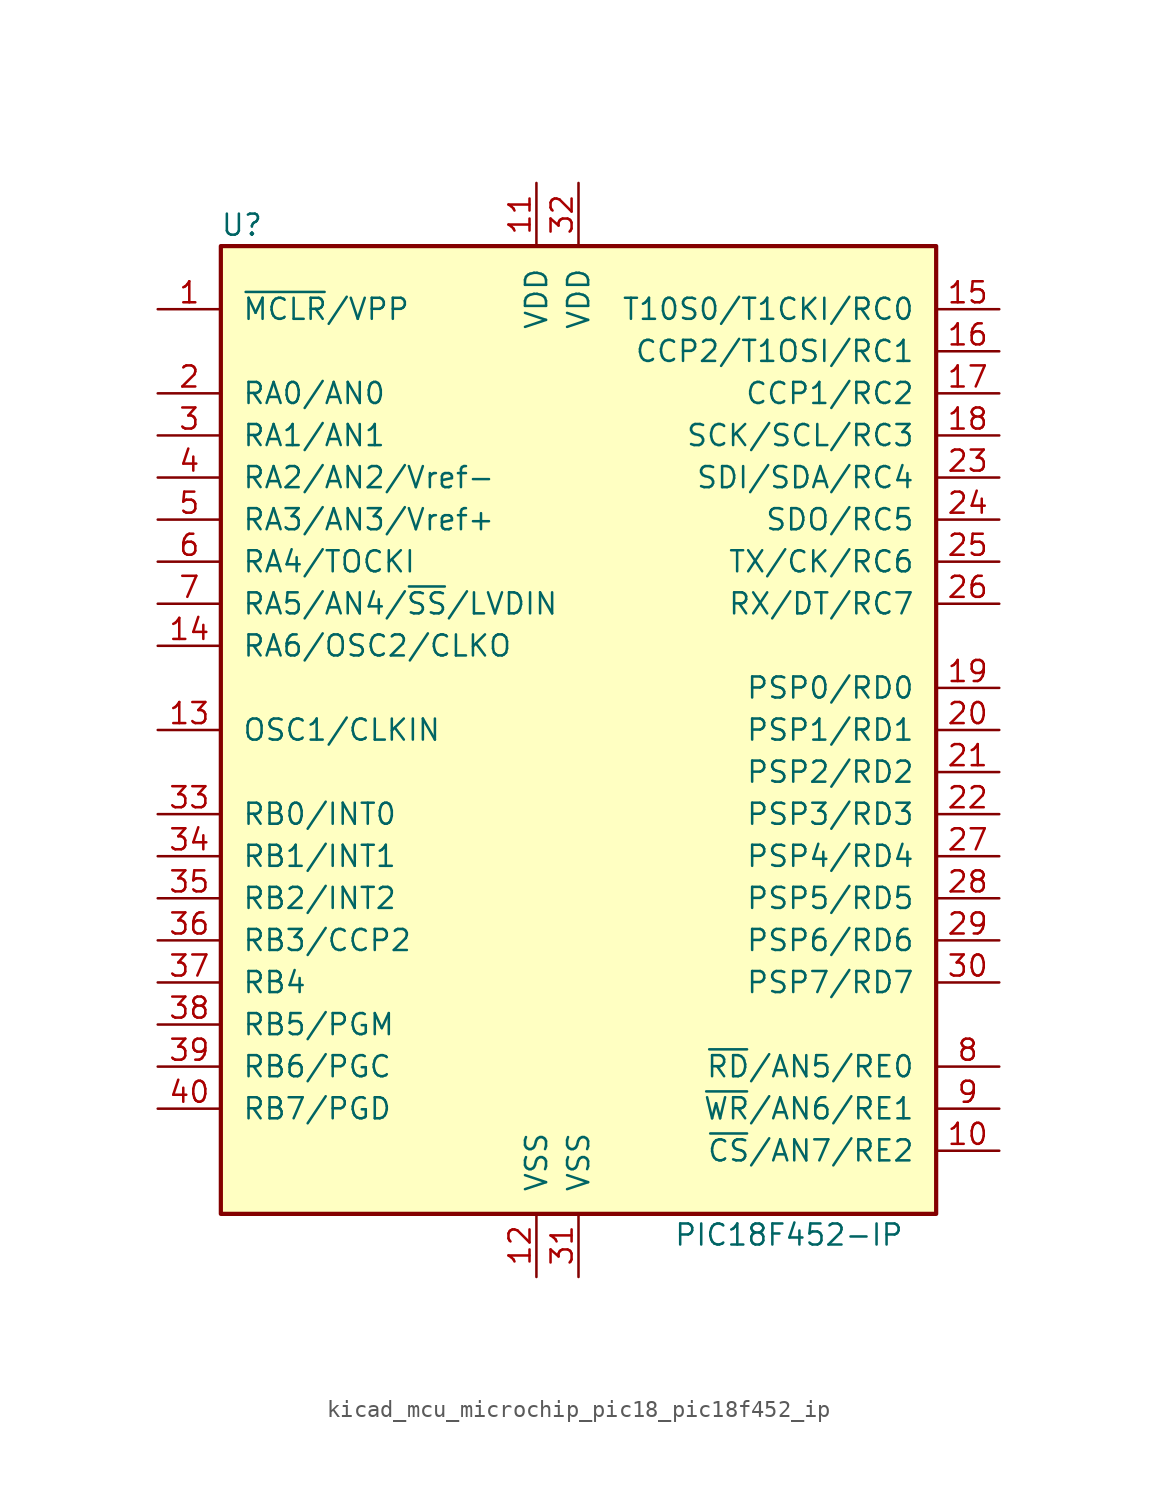
<source format=kicad_sym>
(kicad_symbol_lib
  (version 20220914)
  (generator kicad_symbol_editor)
  (symbol "kicad_mcu_microchip_pic18_pic18f452_ip"
    (pin_names
      (offset 1.27))
    (property "Reference" "U"
      (at -20.32 30.48 0)
      (effects (font (size 1.27 1.27))))
    (property "Value" "PIC18F452-IP"
      (at 12.7 -30.48 0)
      (effects (font (size 1.27 1.27))))
    (symbol "kicad_mcu_microchip_pic18_pic18f452_ip_0_1"
      (rectangle (start -21.59 -29.21) (end 21.59 29.21) (stroke (width 0.254) (type default)) (fill (type background))))
    (symbol "kicad_mcu_microchip_pic18_pic18f452_ip_1_1"
      (pin input line (at -25.4 25.4 0) (length 3.81) (name "~{MCLR}/VPP" (effects (font (size 1.27 1.27)))) (number "1" (effects (font (size 1.27 1.27)))))
      (pin bidirectional line (at 25.4 -25.4 180) (length 3.81) (name "~{CS}/AN7/RE2" (effects (font (size 1.27 1.27)))) (number "10" (effects (font (size 1.27 1.27)))))
      (pin power_in line (at -2.54 33.02 270) (length 3.81) (name "VDD" (effects (font (size 1.27 1.27)))) (number "11" (effects (font (size 1.27 1.27)))))
      (pin power_in line (at -2.54 -33.02 90) (length 3.81) (name "VSS" (effects (font (size 1.27 1.27)))) (number "12" (effects (font (size 1.27 1.27)))))
      (pin input line (at -25.4 0 0) (length 3.81) (name "OSC1/CLKIN" (effects (font (size 1.27 1.27)))) (number "13" (effects (font (size 1.27 1.27)))))
      (pin output line (at -25.4 5.08 0) (length 3.81) (name "RA6/OSC2/CLKO" (effects (font (size 1.27 1.27)))) (number "14" (effects (font (size 1.27 1.27)))))
      (pin bidirectional line (at 25.4 25.4 180) (length 3.81) (name "T10S0/T1CKI/RC0" (effects (font (size 1.27 1.27)))) (number "15" (effects (font (size 1.27 1.27)))))
      (pin bidirectional line (at 25.4 22.86 180) (length 3.81) (name "CCP2/T1OSI/RC1" (effects (font (size 1.27 1.27)))) (number "16" (effects (font (size 1.27 1.27)))))
      (pin bidirectional line (at 25.4 20.32 180) (length 3.81) (name "CCP1/RC2" (effects (font (size 1.27 1.27)))) (number "17" (effects (font (size 1.27 1.27)))))
      (pin bidirectional line (at 25.4 17.78 180) (length 3.81) (name "SCK/SCL/RC3" (effects (font (size 1.27 1.27)))) (number "18" (effects (font (size 1.27 1.27)))))
      (pin bidirectional line (at 25.4 2.54 180) (length 3.81) (name "PSP0/RD0" (effects (font (size 1.27 1.27)))) (number "19" (effects (font (size 1.27 1.27)))))
      (pin bidirectional line (at -25.4 20.32 0) (length 3.81) (name "RA0/AN0" (effects (font (size 1.27 1.27)))) (number "2" (effects (font (size 1.27 1.27)))))
      (pin bidirectional line (at 25.4 0 180) (length 3.81) (name "PSP1/RD1" (effects (font (size 1.27 1.27)))) (number "20" (effects (font (size 1.27 1.27)))))
      (pin bidirectional line (at 25.4 -2.54 180) (length 3.81) (name "PSP2/RD2" (effects (font (size 1.27 1.27)))) (number "21" (effects (font (size 1.27 1.27)))))
      (pin bidirectional line (at 25.4 -5.08 180) (length 3.81) (name "PSP3/RD3" (effects (font (size 1.27 1.27)))) (number "22" (effects (font (size 1.27 1.27)))))
      (pin bidirectional line (at 25.4 15.24 180) (length 3.81) (name "SDI/SDA/RC4" (effects (font (size 1.27 1.27)))) (number "23" (effects (font (size 1.27 1.27)))))
      (pin bidirectional line (at 25.4 12.7 180) (length 3.81) (name "SDO/RC5" (effects (font (size 1.27 1.27)))) (number "24" (effects (font (size 1.27 1.27)))))
      (pin bidirectional line (at 25.4 10.16 180) (length 3.81) (name "TX/CK/RC6" (effects (font (size 1.27 1.27)))) (number "25" (effects (font (size 1.27 1.27)))))
      (pin bidirectional line (at 25.4 7.62 180) (length 3.81) (name "RX/DT/RC7" (effects (font (size 1.27 1.27)))) (number "26" (effects (font (size 1.27 1.27)))))
      (pin bidirectional line (at 25.4 -7.62 180) (length 3.81) (name "PSP4/RD4" (effects (font (size 1.27 1.27)))) (number "27" (effects (font (size 1.27 1.27)))))
      (pin bidirectional line (at 25.4 -10.16 180) (length 3.81) (name "PSP5/RD5" (effects (font (size 1.27 1.27)))) (number "28" (effects (font (size 1.27 1.27)))))
      (pin bidirectional line (at 25.4 -12.7 180) (length 3.81) (name "PSP6/RD6" (effects (font (size 1.27 1.27)))) (number "29" (effects (font (size 1.27 1.27)))))
      (pin bidirectional line (at -25.4 17.78 0) (length 3.81) (name "RA1/AN1" (effects (font (size 1.27 1.27)))) (number "3" (effects (font (size 1.27 1.27)))))
      (pin bidirectional line (at 25.4 -15.24 180) (length 3.81) (name "PSP7/RD7" (effects (font (size 1.27 1.27)))) (number "30" (effects (font (size 1.27 1.27)))))
      (pin power_in line (at 0 -33.02 90) (length 3.81) (name "VSS" (effects (font (size 1.27 1.27)))) (number "31" (effects (font (size 1.27 1.27)))))
      (pin power_in line (at 0 33.02 270) (length 3.81) (name "VDD" (effects (font (size 1.27 1.27)))) (number "32" (effects (font (size 1.27 1.27)))))
      (pin bidirectional line (at -25.4 -5.08 0) (length 3.81) (name "RB0/INT0" (effects (font (size 1.27 1.27)))) (number "33" (effects (font (size 1.27 1.27)))))
      (pin bidirectional line (at -25.4 -7.62 0) (length 3.81) (name "RB1/INT1" (effects (font (size 1.27 1.27)))) (number "34" (effects (font (size 1.27 1.27)))))
      (pin bidirectional line (at -25.4 -10.16 0) (length 3.81) (name "RB2/INT2" (effects (font (size 1.27 1.27)))) (number "35" (effects (font (size 1.27 1.27)))))
      (pin bidirectional line (at -25.4 -12.7 0) (length 3.81) (name "RB3/CCP2" (effects (font (size 1.27 1.27)))) (number "36" (effects (font (size 1.27 1.27)))))
      (pin bidirectional line (at -25.4 -15.24 0) (length 3.81) (name "RB4" (effects (font (size 1.27 1.27)))) (number "37" (effects (font (size 1.27 1.27)))))
      (pin bidirectional line (at -25.4 -17.78 0) (length 3.81) (name "RB5/PGM" (effects (font (size 1.27 1.27)))) (number "38" (effects (font (size 1.27 1.27)))))
      (pin bidirectional line (at -25.4 -20.32 0) (length 3.81) (name "RB6/PGC" (effects (font (size 1.27 1.27)))) (number "39" (effects (font (size 1.27 1.27)))))
      (pin bidirectional line (at -25.4 15.24 0) (length 3.81) (name "RA2/AN2/Vref-" (effects (font (size 1.27 1.27)))) (number "4" (effects (font (size 1.27 1.27)))))
      (pin bidirectional line (at -25.4 -22.86 0) (length 3.81) (name "RB7/PGD" (effects (font (size 1.27 1.27)))) (number "40" (effects (font (size 1.27 1.27)))))
      (pin bidirectional line (at -25.4 12.7 0) (length 3.81) (name "RA3/AN3/Vref+" (effects (font (size 1.27 1.27)))) (number "5" (effects (font (size 1.27 1.27)))))
      (pin bidirectional line (at -25.4 10.16 0) (length 3.81) (name "RA4/TOCKI" (effects (font (size 1.27 1.27)))) (number "6" (effects (font (size 1.27 1.27)))))
      (pin bidirectional line (at -25.4 7.62 0) (length 3.81) (name "RA5/AN4/~{SS}/LVDIN" (effects (font (size 1.27 1.27)))) (number "7" (effects (font (size 1.27 1.27)))))
      (pin bidirectional line (at 25.4 -20.32 180) (length 3.81) (name "~{RD}/AN5/RE0" (effects (font (size 1.27 1.27)))) (number "8" (effects (font (size 1.27 1.27)))))
      (pin bidirectional line (at 25.4 -22.86 180) (length 3.81) (name "~{WR}/AN6/RE1" (effects (font (size 1.27 1.27)))) (number "9" (effects (font (size 1.27 1.27))))))))
</source>
